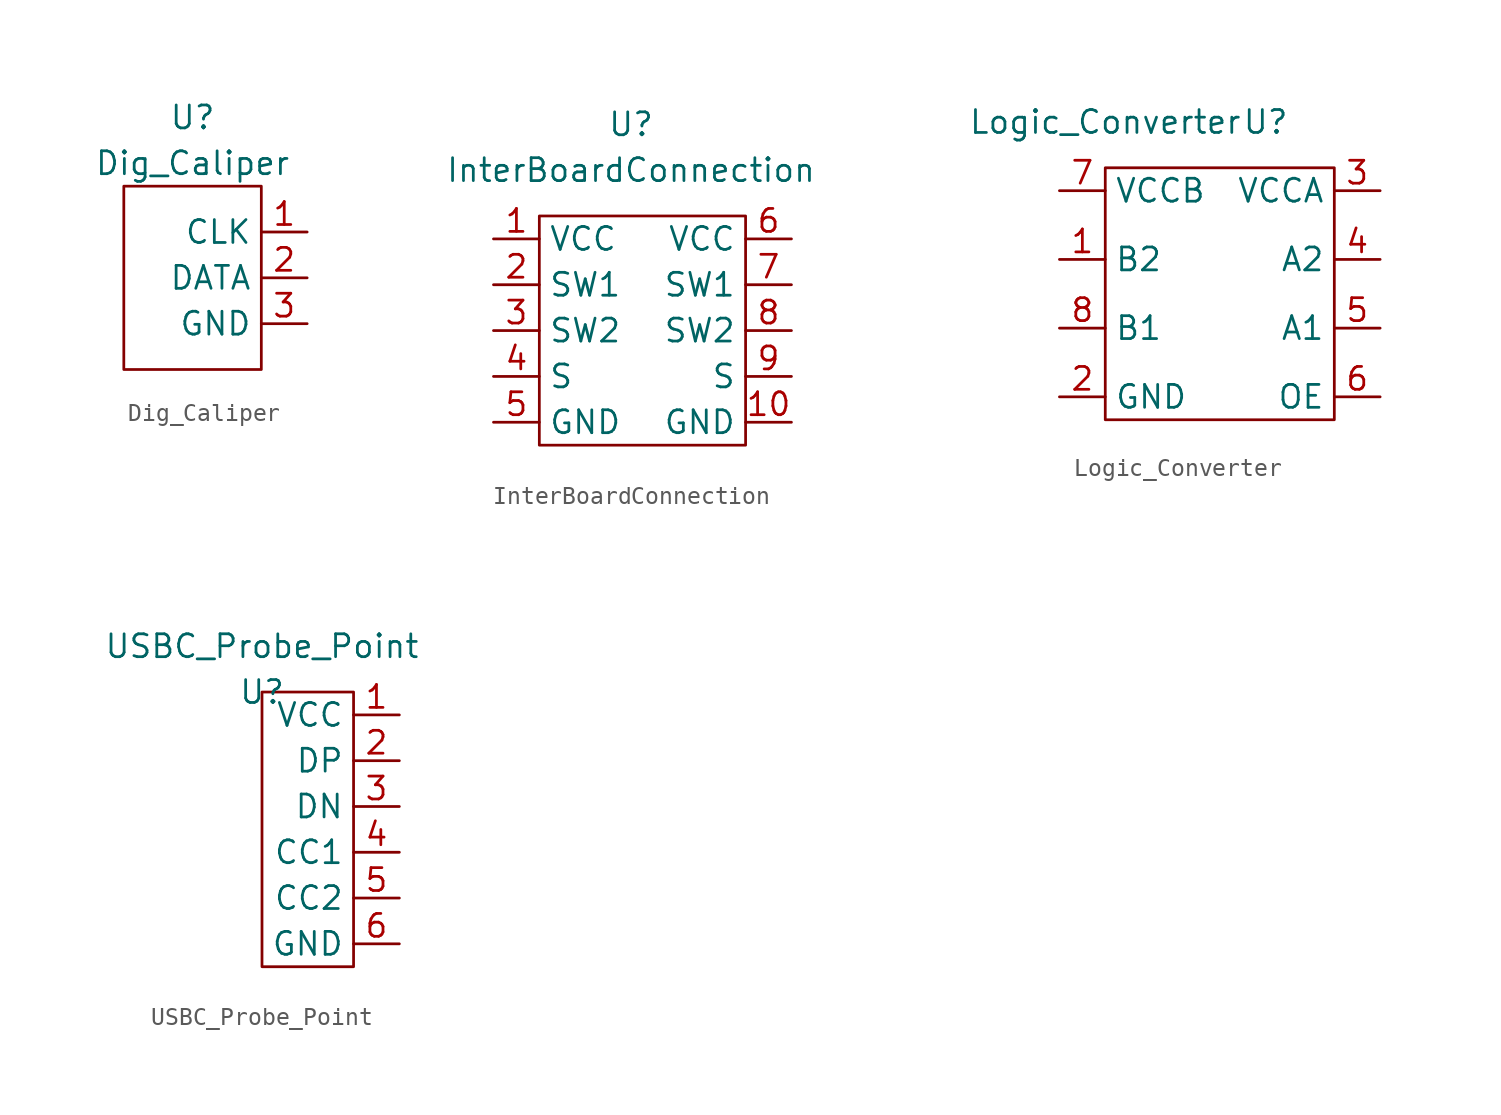
<source format=kicad_sym>
(kicad_symbol_lib
  (version 20211014)
  (generator kicad_symbol_editor)
  (symbol "Dig_Caliper"
    (property "Reference" "U"
      (at 3.81 3.81 0)
      (effects (font (size 1.27 1.27))))
    (property "Value" "Dig_Caliper"
      (at 3.81 1.27 0)
      (effects (font (size 1.27 1.27))))
    (symbol "Dig_Caliper_0_1"
      (rectangle (start 0 0) (end 7.62 -10.16) (stroke (width 0) (type default) (color 0 0 0 0)) (fill (type none))))
    (symbol "Dig_Caliper_1_1"
      (pin output line (at 10.16 -2.54 180) (length 2.54) (name "CLK" (effects (font (size 1.27 1.27)))) (number "1" (effects (font (size 1.27 1.27)))))
      (pin output line (at 10.16 -5.08 180) (length 2.54) (name "DATA" (effects (font (size 1.27 1.27)))) (number "2" (effects (font (size 1.27 1.27)))))
      (pin input line (at 10.16 -7.62 180) (length 2.54) (name "GND" (effects (font (size 1.27 1.27)))) (number "3" (effects (font (size 1.27 1.27)))))))
  (symbol "InterBoardConnection"
    (property "Reference" "U"
      (at 5.08 5.08 0)
      (effects (font (size 1.27 1.27))))
    (property "Value" "InterBoardConnection"
      (at 5.08 2.54 0)
      (effects (font (size 1.27 1.27))))
    (symbol "InterBoardConnection_0_1"
      (rectangle (start 0 0) (end 11.43 -12.7) (stroke (width 0) (type default) (color 0 0 0 0)) (fill (type none))))
    (symbol "InterBoardConnection_1_1"
      (pin output line (at -2.54 -1.27 0) (length 2.54) (name "VCC" (effects (font (size 1.27 1.27)))) (number "1" (effects (font (size 1.27 1.27)))))
      (pin output line (at 13.97 -11.43 180) (length 2.54) (name "GND" (effects (font (size 1.27 1.27)))) (number "10" (effects (font (size 1.27 1.27)))))
      (pin output line (at -2.54 -3.81 0) (length 2.54) (name "SW1" (effects (font (size 1.27 1.27)))) (number "2" (effects (font (size 1.27 1.27)))))
      (pin output line (at -2.54 -6.35 0) (length 2.54) (name "SW2" (effects (font (size 1.27 1.27)))) (number "3" (effects (font (size 1.27 1.27)))))
      (pin output line (at -2.54 -8.89 0) (length 2.54) (name "S" (effects (font (size 1.27 1.27)))) (number "4" (effects (font (size 1.27 1.27)))))
      (pin output line (at -2.54 -11.43 0) (length 2.54) (name "GND" (effects (font (size 1.27 1.27)))) (number "5" (effects (font (size 1.27 1.27)))))
      (pin output line (at 13.97 -1.27 180) (length 2.54) (name "VCC" (effects (font (size 1.27 1.27)))) (number "6" (effects (font (size 1.27 1.27)))))
      (pin output line (at 13.97 -3.81 180) (length 2.54) (name "SW1" (effects (font (size 1.27 1.27)))) (number "7" (effects (font (size 1.27 1.27)))))
      (pin output line (at 13.97 -6.35 180) (length 2.54) (name "SW2" (effects (font (size 1.27 1.27)))) (number "8" (effects (font (size 1.27 1.27)))))
      (pin output line (at 13.97 -8.89 180) (length 2.54) (name "S" (effects (font (size 1.27 1.27)))) (number "9" (effects (font (size 1.27 1.27)))))))
  (symbol "Logic_Converter"
    (property "Reference" "U"
      (at 8.89 2.54 0)
      (effects (font (size 1.27 1.27))))
    (property "Value" "Logic_Converter"
      (at 0 2.54 0)
      (effects (font (size 1.27 1.27))))
    (symbol "Logic_Converter_0_1"
      (rectangle (start 0 0) (end 12.7 -13.97) (stroke (width 0) (type default) (color 0 0 0 0)) (fill (type none))))
    (symbol "Logic_Converter_1_1"
      (pin output line (at -2.54 -5.08 0) (length 2.54) (name "B2" (effects (font (size 1.27 1.27)))) (number "1" (effects (font (size 1.27 1.27)))))
      (pin input line (at -2.54 -12.7 0) (length 2.54) (name "GND" (effects (font (size 1.27 1.27)))) (number "2" (effects (font (size 1.27 1.27)))))
      (pin input line (at 15.24 -1.27 180) (length 2.54) (name "VCCA" (effects (font (size 1.27 1.27)))) (number "3" (effects (font (size 1.27 1.27)))))
      (pin input line (at 15.24 -5.08 180) (length 2.54) (name "A2" (effects (font (size 1.27 1.27)))) (number "4" (effects (font (size 1.27 1.27)))))
      (pin input line (at 15.24 -8.89 180) (length 2.54) (name "A1" (effects (font (size 1.27 1.27)))) (number "5" (effects (font (size 1.27 1.27)))))
      (pin input line (at 15.24 -12.7 180) (length 2.54) (name "OE" (effects (font (size 1.27 1.27)))) (number "6" (effects (font (size 1.27 1.27)))))
      (pin input line (at -2.54 -1.27 0) (length 2.54) (name "VCCB" (effects (font (size 1.27 1.27)))) (number "7" (effects (font (size 1.27 1.27)))))
      (pin output line (at -2.54 -8.89 0) (length 2.54) (name "B1" (effects (font (size 1.27 1.27)))) (number "8" (effects (font (size 1.27 1.27)))))))
  (symbol "USBC_Probe_Point"
    (property "Reference" "U"
      (at 0 0 0)
      (effects (font (size 1.27 1.27))))
    (property "Value" "USBC_Probe_Point"
      (at 0 2.54 0)
      (effects (font (size 1.27 1.27))))
    (symbol "USBC_Probe_Point_0_1"
      (rectangle (start 0 0) (end 5.08 -15.24) (stroke (width 0) (type default) (color 0 0 0 0)) (fill (type none))))
    (symbol "USBC_Probe_Point_1_1"
      (pin input line (at 7.62 -1.27 180) (length 2.54) (name "VCC" (effects (font (size 1.27 1.27)))) (number "1" (effects (font (size 1.27 1.27)))))
      (pin input line (at 7.62 -3.81 180) (length 2.54) (name "DP" (effects (font (size 1.27 1.27)))) (number "2" (effects (font (size 1.27 1.27)))))
      (pin input line (at 7.62 -6.35 180) (length 2.54) (name "DN" (effects (font (size 1.27 1.27)))) (number "3" (effects (font (size 1.27 1.27)))))
      (pin input line (at 7.62 -8.89 180) (length 2.54) (name "CC1" (effects (font (size 1.27 1.27)))) (number "4" (effects (font (size 1.27 1.27)))))
      (pin input line (at 7.62 -11.43 180) (length 2.54) (name "CC2" (effects (font (size 1.27 1.27)))) (number "5" (effects (font (size 1.27 1.27)))))
      (pin input line (at 7.62 -13.97 180) (length 2.54) (name "GND" (effects (font (size 1.27 1.27)))) (number "6" (effects (font (size 1.27 1.27))))))))
</source>
